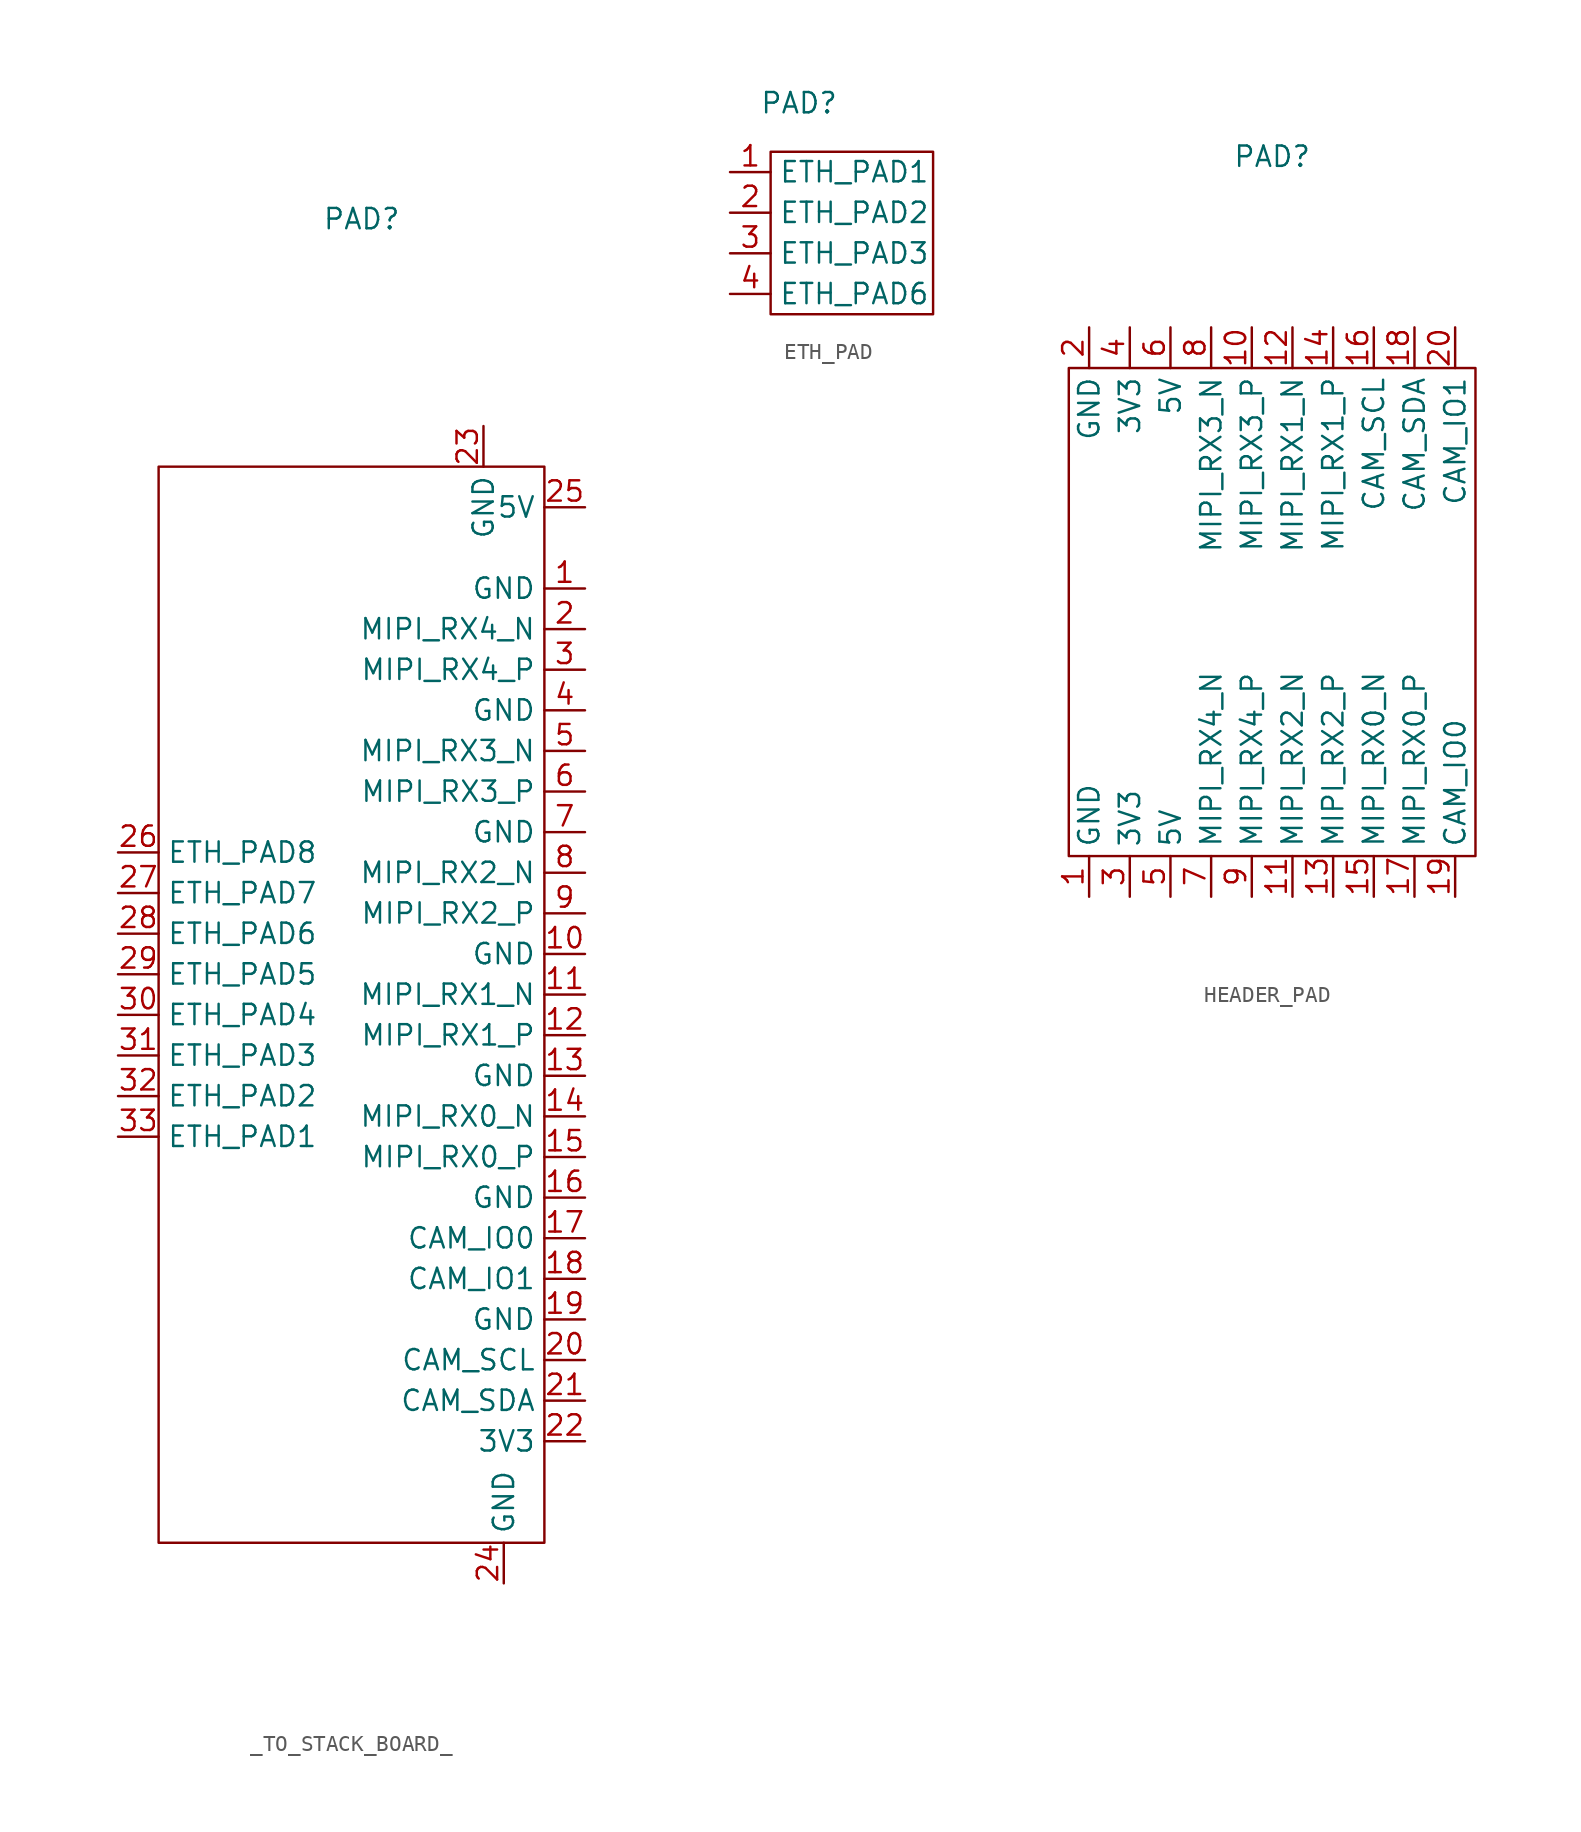
<source format=kicad_sym>
(kicad_symbol_lib
  (version 20241209)
  (generator "kicad_symbol_editor")
  (generator_version "9.0")
  (symbol "_TO_STACK_BOARD_"
    (property "Reference" "PAD"
      (at 0 48.514 0)
      (effects (font (size 1.27 1.27))))
    (property "Value" ""
      (at 0 0 0)
      (effects (font (size 1.27 1.27))))
    (symbol "_TO_STACK_BOARD__0_1"
      (rectangle (start -12.7 33.02) (end 11.43 -34.29) (stroke (width 0) (type default)) (fill (type none))))
    (symbol "_TO_STACK_BOARD__1_1"
      (pin passive line (at -15.24 8.89 0) (length 2.54) (name "ETH_PAD8" (effects (font (size 1.27 1.27)))) (number "26" (effects (font (size 1.27 1.27)))))
      (pin passive line (at -15.24 6.35 0) (length 2.54) (name "ETH_PAD7" (effects (font (size 1.27 1.27)))) (number "27" (effects (font (size 1.27 1.27)))))
      (pin passive line (at -15.24 3.81 0) (length 2.54) (name "ETH_PAD6" (effects (font (size 1.27 1.27)))) (number "28" (effects (font (size 1.27 1.27)))))
      (pin passive line (at -15.24 1.27 0) (length 2.54) (name "ETH_PAD5" (effects (font (size 1.27 1.27)))) (number "29" (effects (font (size 1.27 1.27)))))
      (pin passive line (at -15.24 -1.27 0) (length 2.54) (name "ETH_PAD4" (effects (font (size 1.27 1.27)))) (number "30" (effects (font (size 1.27 1.27)))))
      (pin passive line (at -15.24 -3.81 0) (length 2.54) (name "ETH_PAD3" (effects (font (size 1.27 1.27)))) (number "31" (effects (font (size 1.27 1.27)))))
      (pin passive line (at -15.24 -6.35 0) (length 2.54) (name "ETH_PAD2" (effects (font (size 1.27 1.27)))) (number "32" (effects (font (size 1.27 1.27)))))
      (pin passive line (at -15.24 -8.89 0) (length 2.54) (name "ETH_PAD1" (effects (font (size 1.27 1.27)))) (number "33" (effects (font (size 1.27 1.27)))))
      (pin passive line (at 7.62 35.56 270) (length 2.54) (name "GND" (effects (font (size 1.27 1.27)))) (number "23" (effects (font (size 1.27 1.27)))))
      (pin passive line (at 8.89 -36.83 90) (length 2.54) (name "GND" (effects (font (size 1.27 1.27)))) (number "24" (effects (font (size 1.27 1.27)))))
      (pin passive line (at 13.97 30.48 180) (length 2.54) (name "5V" (effects (font (size 1.27 1.27)))) (number "25" (effects (font (size 1.27 1.27)))))
      (pin passive line (at 13.97 25.4 180) (length 2.54) (name "GND" (effects (font (size 1.27 1.27)))) (number "1" (effects (font (size 1.27 1.27)))))
      (pin passive line (at 13.97 22.86 180) (length 2.54) (name "MIPI_RX4_N" (effects (font (size 1.27 1.27)))) (number "2" (effects (font (size 1.27 1.27)))))
      (pin passive line (at 13.97 20.32 180) (length 2.54) (name "MIPI_RX4_P" (effects (font (size 1.27 1.27)))) (number "3" (effects (font (size 1.27 1.27)))))
      (pin passive line (at 13.97 17.78 180) (length 2.54) (name "GND" (effects (font (size 1.27 1.27)))) (number "4" (effects (font (size 1.27 1.27)))))
      (pin passive line (at 13.97 15.24 180) (length 2.54) (name "MIPI_RX3_N" (effects (font (size 1.27 1.27)))) (number "5" (effects (font (size 1.27 1.27)))))
      (pin passive line (at 13.97 12.7 180) (length 2.54) (name "MIPI_RX3_P" (effects (font (size 1.27 1.27)))) (number "6" (effects (font (size 1.27 1.27)))))
      (pin passive line (at 13.97 10.16 180) (length 2.54) (name "GND" (effects (font (size 1.27 1.27)))) (number "7" (effects (font (size 1.27 1.27)))))
      (pin passive line (at 13.97 7.62 180) (length 2.54) (name "MIPI_RX2_N" (effects (font (size 1.27 1.27)))) (number "8" (effects (font (size 1.27 1.27)))))
      (pin passive line (at 13.97 5.08 180) (length 2.54) (name "MIPI_RX2_P" (effects (font (size 1.27 1.27)))) (number "9" (effects (font (size 1.27 1.27)))))
      (pin passive line (at 13.97 2.54 180) (length 2.54) (name "GND" (effects (font (size 1.27 1.27)))) (number "10" (effects (font (size 1.27 1.27)))))
      (pin passive line (at 13.97 0 180) (length 2.54) (name "MIPI_RX1_N" (effects (font (size 1.27 1.27)))) (number "11" (effects (font (size 1.27 1.27)))))
      (pin passive line (at 13.97 -2.54 180) (length 2.54) (name "MIPI_RX1_P" (effects (font (size 1.27 1.27)))) (number "12" (effects (font (size 1.27 1.27)))))
      (pin passive line (at 13.97 -5.08 180) (length 2.54) (name "GND" (effects (font (size 1.27 1.27)))) (number "13" (effects (font (size 1.27 1.27)))))
      (pin passive line (at 13.97 -7.62 180) (length 2.54) (name "MIPI_RX0_N" (effects (font (size 1.27 1.27)))) (number "14" (effects (font (size 1.27 1.27)))))
      (pin passive line (at 13.97 -10.16 180) (length 2.54) (name "MIPI_RX0_P" (effects (font (size 1.27 1.27)))) (number "15" (effects (font (size 1.27 1.27)))))
      (pin passive line (at 13.97 -12.7 180) (length 2.54) (name "GND" (effects (font (size 1.27 1.27)))) (number "16" (effects (font (size 1.27 1.27)))))
      (pin passive line (at 13.97 -15.24 180) (length 2.54) (name "CAM_IO0" (effects (font (size 1.27 1.27)))) (number "17" (effects (font (size 1.27 1.27)))))
      (pin passive line (at 13.97 -17.78 180) (length 2.54) (name "CAM_IO1" (effects (font (size 1.27 1.27)))) (number "18" (effects (font (size 1.27 1.27)))))
      (pin passive line (at 13.97 -20.32 180) (length 2.54) (name "GND" (effects (font (size 1.27 1.27)))) (number "19" (effects (font (size 1.27 1.27)))))
      (pin passive line (at 13.97 -22.86 180) (length 2.54) (name "CAM_SCL" (effects (font (size 1.27 1.27)))) (number "20" (effects (font (size 1.27 1.27)))))
      (pin passive line (at 13.97 -25.4 180) (length 2.54) (name "CAM_SDA" (effects (font (size 1.27 1.27)))) (number "21" (effects (font (size 1.27 1.27)))))
      (pin passive line (at 13.97 -27.94 180) (length 2.54) (name "3V3" (effects (font (size 1.27 1.27)))) (number "22" (effects (font (size 1.27 1.27)))))))
  (symbol "ETH_PAD"
    (property "Reference" "PAD"
      (at 0.508 8.128 0)
      (effects (font (size 1.27 1.27))))
    (property "Value" ""
      (at 0 0 0)
      (effects (font (size 1.27 1.27))))
    (symbol "ETH_PAD_0_1"
      (rectangle (start -1.27 5.08) (end 8.89 -5.08) (stroke (width 0) (type default)) (fill (type none))))
    (symbol "ETH_PAD_1_1"
      (pin passive line (at -3.81 3.81 0) (length 2.54) (name "ETH_PAD1" (effects (font (size 1.27 1.27)))) (number "1" (effects (font (size 1.27 1.27)))))
      (pin passive line (at -3.81 1.27 0) (length 2.54) (name "ETH_PAD2" (effects (font (size 1.27 1.27)))) (number "2" (effects (font (size 1.27 1.27)))))
      (pin passive line (at -3.81 -1.27 0) (length 2.54) (name "ETH_PAD3" (effects (font (size 1.27 1.27)))) (number "3" (effects (font (size 1.27 1.27)))))
      (pin passive line (at -3.81 -3.81 0) (length 2.54) (name "ETH_PAD6" (effects (font (size 1.27 1.27)))) (number "4" (effects (font (size 1.27 1.27)))))))
  (symbol "HEADER_PAD"
    (property "Reference" "PAD"
      (at 0 28.448 0)
      (effects (font (size 1.27 1.27))))
    (property "Value" ""
      (at 0 0 0)
      (effects (font (size 1.27 1.27))))
    (symbol "HEADER_PAD_0_1"
      (rectangle (start -12.7 15.24) (end 12.7 -15.24) (stroke (width 0) (type default)) (fill (type none))))
    (symbol "HEADER_PAD_1_1"
      (pin passive line (at -11.43 17.78 270) (length 2.54) (name "GND" (effects (font (size 1.27 1.27)))) (number "2" (effects (font (size 1.27 1.27)))))
      (pin passive line (at -11.43 -17.78 90) (length 2.54) (name "GND" (effects (font (size 1.27 1.27)))) (number "1" (effects (font (size 1.27 1.27)))))
      (pin passive line (at -8.89 17.78 270) (length 2.54) (name "3V3" (effects (font (size 1.27 1.27)))) (number "4" (effects (font (size 1.27 1.27)))))
      (pin passive line (at -8.89 -17.78 90) (length 2.54) (name "3V3" (effects (font (size 1.27 1.27)))) (number "3" (effects (font (size 1.27 1.27)))))
      (pin passive line (at -6.35 17.78 270) (length 2.54) (name "5V" (effects (font (size 1.27 1.27)))) (number "6" (effects (font (size 1.27 1.27)))))
      (pin passive line (at -6.35 -17.78 90) (length 2.54) (name "5V" (effects (font (size 1.27 1.27)))) (number "5" (effects (font (size 1.27 1.27)))))
      (pin passive line (at -3.81 17.78 270) (length 2.54) (name "MIPI_RX3_N" (effects (font (size 1.27 1.27)))) (number "8" (effects (font (size 1.27 1.27)))))
      (pin passive line (at -3.81 -17.78 90) (length 2.54) (name "MIPI_RX4_N" (effects (font (size 1.27 1.27)))) (number "7" (effects (font (size 1.27 1.27)))))
      (pin passive line (at -1.27 17.78 270) (length 2.54) (name "MIPI_RX3_P" (effects (font (size 1.27 1.27)))) (number "10" (effects (font (size 1.27 1.27)))))
      (pin passive line (at -1.27 -17.78 90) (length 2.54) (name "MIPI_RX4_P" (effects (font (size 1.27 1.27)))) (number "9" (effects (font (size 1.27 1.27)))))
      (pin passive line (at 1.27 17.78 270) (length 2.54) (name "MIPI_RX1_N" (effects (font (size 1.27 1.27)))) (number "12" (effects (font (size 1.27 1.27)))))
      (pin passive line (at 1.27 -17.78 90) (length 2.54) (name "MIPI_RX2_N" (effects (font (size 1.27 1.27)))) (number "11" (effects (font (size 1.27 1.27)))))
      (pin passive line (at 3.81 17.78 270) (length 2.54) (name "MIPI_RX1_P" (effects (font (size 1.27 1.27)))) (number "14" (effects (font (size 1.27 1.27)))))
      (pin passive line (at 3.81 -17.78 90) (length 2.54) (name "MIPI_RX2_P" (effects (font (size 1.27 1.27)))) (number "13" (effects (font (size 1.27 1.27)))))
      (pin passive line (at 6.35 17.78 270) (length 2.54) (name "CAM_SCL" (effects (font (size 1.27 1.27)))) (number "16" (effects (font (size 1.27 1.27)))))
      (pin passive line (at 6.35 -17.78 90) (length 2.54) (name "MIPI_RX0_N" (effects (font (size 1.27 1.27)))) (number "15" (effects (font (size 1.27 1.27)))))
      (pin passive line (at 8.89 17.78 270) (length 2.54) (name "CAM_SDA" (effects (font (size 1.27 1.27)))) (number "18" (effects (font (size 1.27 1.27)))))
      (pin passive line (at 8.89 -17.78 90) (length 2.54) (name "MIPI_RX0_P" (effects (font (size 1.27 1.27)))) (number "17" (effects (font (size 1.27 1.27)))))
      (pin passive line (at 11.43 17.78 270) (length 2.54) (name "CAM_IO1" (effects (font (size 1.27 1.27)))) (number "20" (effects (font (size 1.27 1.27)))))
      (pin passive line (at 11.43 -17.78 90) (length 2.54) (name "CAM_IO0" (effects (font (size 1.27 1.27)))) (number "19" (effects (font (size 1.27 1.27))))))))
</source>
